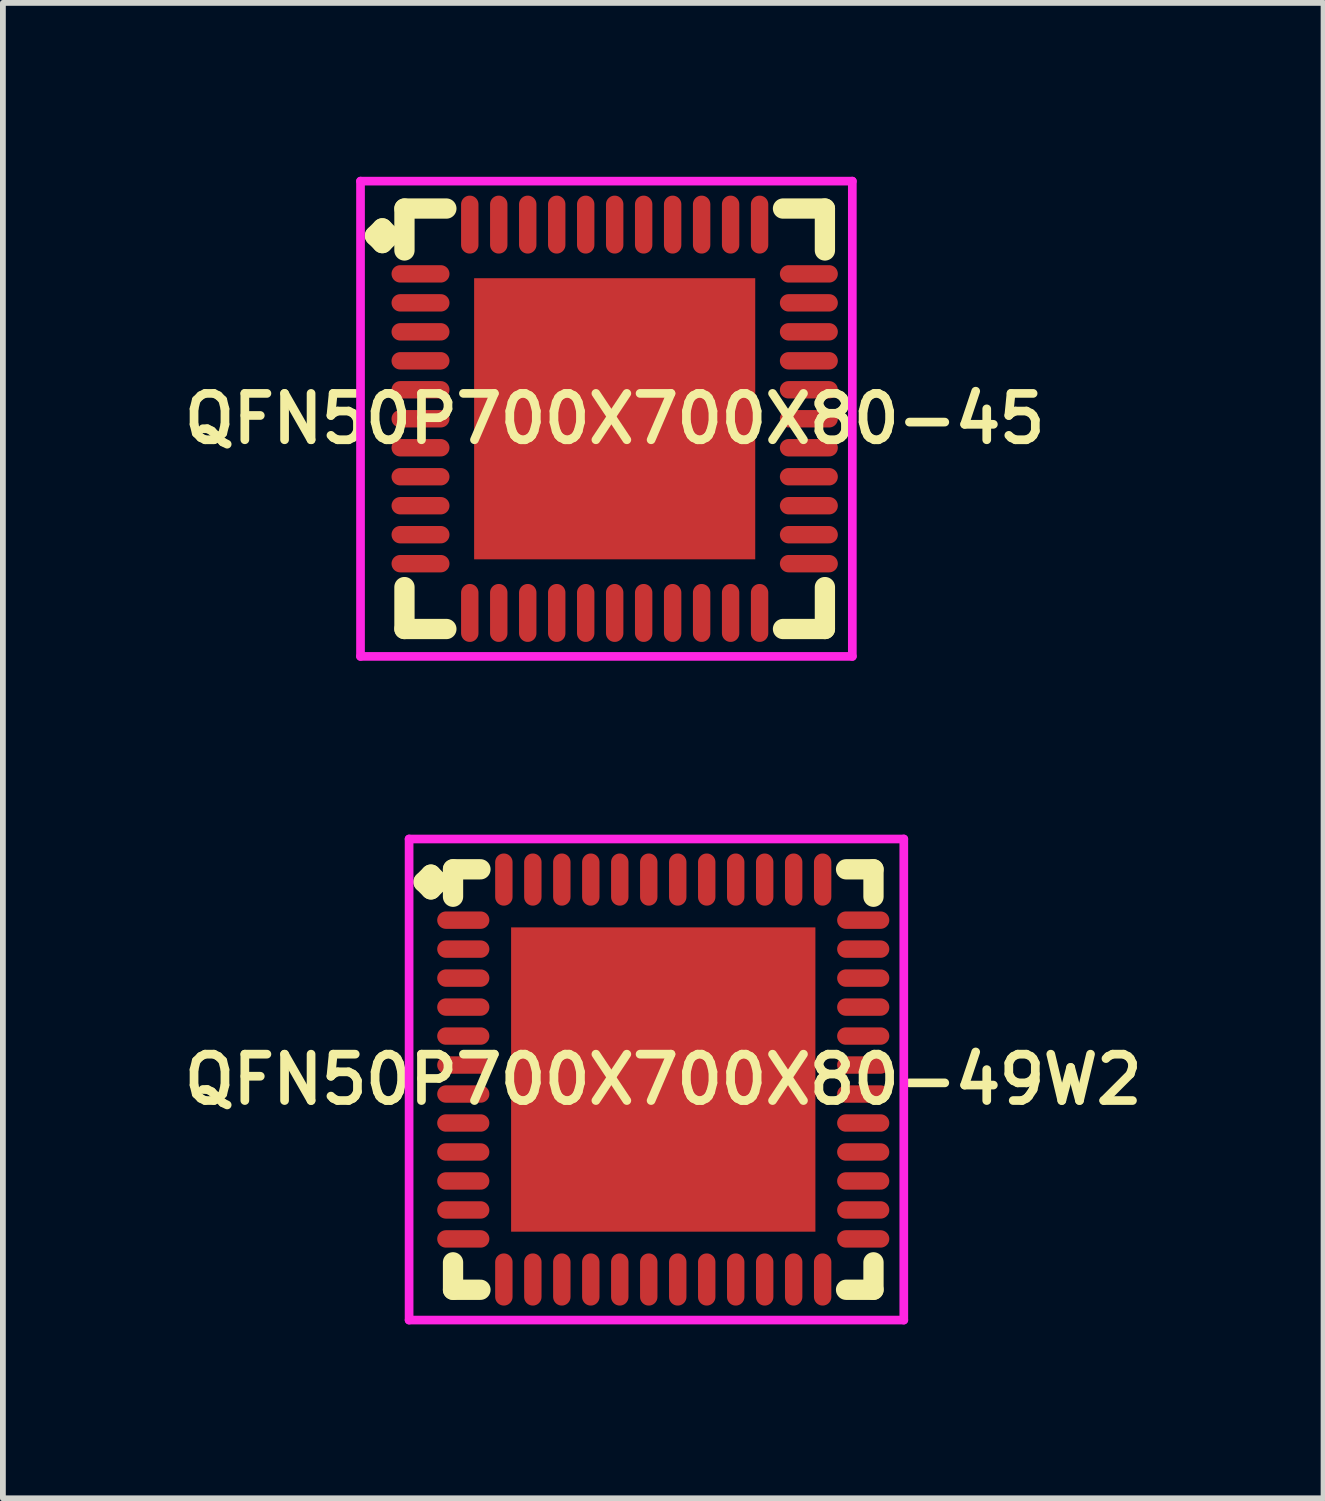
<source format=kicad_pcb>
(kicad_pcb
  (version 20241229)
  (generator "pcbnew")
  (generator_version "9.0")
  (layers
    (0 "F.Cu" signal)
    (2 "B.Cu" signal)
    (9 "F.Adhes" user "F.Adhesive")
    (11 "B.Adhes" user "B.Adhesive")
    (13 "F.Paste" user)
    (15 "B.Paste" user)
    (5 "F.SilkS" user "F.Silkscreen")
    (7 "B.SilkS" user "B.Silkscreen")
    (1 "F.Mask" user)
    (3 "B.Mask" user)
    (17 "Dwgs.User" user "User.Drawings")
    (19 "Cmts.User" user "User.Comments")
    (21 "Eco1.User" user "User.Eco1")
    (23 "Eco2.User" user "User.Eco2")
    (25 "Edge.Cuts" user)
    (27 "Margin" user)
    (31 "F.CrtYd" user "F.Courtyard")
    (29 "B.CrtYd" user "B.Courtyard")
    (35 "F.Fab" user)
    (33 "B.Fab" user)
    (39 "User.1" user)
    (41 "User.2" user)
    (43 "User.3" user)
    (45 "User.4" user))
  (footprint "QFN50P700X700X80-45"
    (layer "F.Cu")
    (at 7.555 4.175)
    (property "Reference" "QFN50P700X700X80-45" (at 0 0 0) (layer "F.SilkS") (effects (font (size 0.8 0.8) (thickness 0.15))))
    (attr through_hole)
    (fp_line (start -4.135 -3.158) (end -4.008 -3.285) (stroke (width 0.35) (type solid)) (layer "F.SilkS"))
    (fp_line (start -4.008 -3.285) (end -3.881 -3.158) (stroke (width 0.35) (type solid)) (layer "F.SilkS"))
    (fp_line (start -4.008 -3.031) (end -4.135 -3.158) (stroke (width 0.35) (type solid)) (layer "F.SilkS"))
    (fp_line (start -3.881 -3.158) (end -4.008 -3.031) (stroke (width 0.35) (type solid)) (layer "F.SilkS"))
    (fp_line (start -3.627 -3.627) (end -2.904 -3.627) (stroke (width 0.35) (type solid)) (layer "F.SilkS"))
    (fp_line (start -3.627 -2.904) (end -3.627 -3.627) (stroke (width 0.35) (type solid)) (layer "F.SilkS"))
    (fp_line (start -3.627 2.904) (end -3.627 3.627) (stroke (width 0.35) (type solid)) (layer "F.SilkS"))
    (fp_line (start -3.627 3.627) (end -2.904 3.627) (stroke (width 0.35) (type solid)) (layer "F.SilkS"))
    (fp_line (start 2.904 -3.627) (end 3.627 -3.627) (stroke (width 0.35) (type solid)) (layer "F.SilkS"))
    (fp_line (start 2.904 3.627) (end 3.627 3.627) (stroke (width 0.35) (type solid)) (layer "F.SilkS"))
    (fp_line (start 3.627 -3.627) (end 3.627 -2.904) (stroke (width 0.35) (type solid)) (layer "F.SilkS"))
    (fp_line (start 3.627 3.627) (end 3.627 2.904) (stroke (width 0.35) (type solid)) (layer "F.SilkS"))
    (fp_line (start -4.385 -4.1) (end 4.1 -4.1) (stroke (width 0.15) (type solid)) (layer "F.CrtYd"))
    (fp_line (start -4.385 4.1) (end -4.385 -4.1) (stroke (width 0.15) (type solid)) (layer "F.CrtYd"))
    (fp_line (start 4.1 -4.1) (end 4.1 4.1) (stroke (width 0.15) (type solid)) (layer "F.CrtYd"))
    (fp_line (start 4.1 4.1) (end -4.385 4.1) (stroke (width 0.15) (type solid)) (layer "F.CrtYd"))
    (pad "1" smd oval (at -3.35 -2.5) (size 1 0.3) (layers "F.Cu" "F.Mask" "F.Paste"))
    (pad "2" smd oval (at -3.35 -2) (size 1 0.3) (layers "F.Cu" "F.Mask" "F.Paste"))
    (pad "3" smd oval (at -3.35 -1.5) (size 1 0.3) (layers "F.Cu" "F.Mask" "F.Paste"))
    (pad "4" smd oval (at -3.35 -1) (size 1 0.3) (layers "F.Cu" "F.Mask" "F.Paste"))
    (pad "5" smd oval (at -3.35 -0.5) (size 1 0.3) (layers "F.Cu" "F.Mask" "F.Paste"))
    (pad "6" smd oval (at -3.35 0) (size 1 0.3) (layers "F.Cu" "F.Mask" "F.Paste"))
    (pad "7" smd oval (at -3.35 0.5) (size 1 0.3) (layers "F.Cu" "F.Mask" "F.Paste"))
    (pad "8" smd oval (at -3.35 1) (size 1 0.3) (layers "F.Cu" "F.Mask" "F.Paste"))
    (pad "9" smd oval (at -3.35 1.5) (size 1 0.3) (layers "F.Cu" "F.Mask" "F.Paste"))
    (pad "10" smd oval (at -3.35 2) (size 1 0.3) (layers "F.Cu" "F.Mask" "F.Paste"))
    (pad "11" smd oval (at -3.35 2.5) (size 1 0.3) (layers "F.Cu" "F.Mask" "F.Paste"))
    (pad "12" smd oval (at -2.5 3.35) (size 0.3 1) (layers "F.Cu" "F.Mask" "F.Paste"))
    (pad "13" smd oval (at -2 3.35) (size 0.3 1) (layers "F.Cu" "F.Mask" "F.Paste"))
    (pad "14" smd oval (at -1.5 3.35) (size 0.3 1) (layers "F.Cu" "F.Mask" "F.Paste"))
    (pad "15" smd oval (at -1 3.35) (size 0.3 1) (layers "F.Cu" "F.Mask" "F.Paste"))
    (pad "16" smd oval (at -0.5 3.35) (size 0.3 1) (layers "F.Cu" "F.Mask" "F.Paste"))
    (pad "17" smd oval (at 0 3.35) (size 0.3 1) (layers "F.Cu" "F.Mask" "F.Paste"))
    (pad "18" smd oval (at 0.5 3.35) (size 0.3 1) (layers "F.Cu" "F.Mask" "F.Paste"))
    (pad "19" smd oval (at 1 3.35) (size 0.3 1) (layers "F.Cu" "F.Mask" "F.Paste"))
    (pad "20" smd oval (at 1.5 3.35) (size 0.3 1) (layers "F.Cu" "F.Mask" "F.Paste"))
    (pad "21" smd oval (at 2 3.35) (size 0.3 1) (layers "F.Cu" "F.Mask" "F.Paste"))
    (pad "22" smd oval (at 2.5 3.35) (size 0.3 1) (layers "F.Cu" "F.Mask" "F.Paste"))
    (pad "23" smd oval (at 3.35 2.5) (size 1 0.3) (layers "F.Cu" "F.Mask" "F.Paste"))
    (pad "24" smd oval (at 3.35 2) (size 1 0.3) (layers "F.Cu" "F.Mask" "F.Paste"))
    (pad "25" smd oval (at 3.35 1.5) (size 1 0.3) (layers "F.Cu" "F.Mask" "F.Paste"))
    (pad "26" smd oval (at 3.35 1) (size 1 0.3) (layers "F.Cu" "F.Mask" "F.Paste"))
    (pad "27" smd oval (at 3.35 0.5) (size 1 0.3) (layers "F.Cu" "F.Mask" "F.Paste"))
    (pad "28" smd oval (at 3.35 0) (size 1 0.3) (layers "F.Cu" "F.Mask" "F.Paste"))
    (pad "29" smd oval (at 3.35 -0.5) (size 1 0.3) (layers "F.Cu" "F.Mask" "F.Paste"))
    (pad "30" smd oval (at 3.35 -1) (size 1 0.3) (layers "F.Cu" "F.Mask" "F.Paste"))
    (pad "31" smd oval (at 3.35 -1.5) (size 1 0.3) (layers "F.Cu" "F.Mask" "F.Paste"))
    (pad "32" smd oval (at 3.35 -2) (size 1 0.3) (layers "F.Cu" "F.Mask" "F.Paste"))
    (pad "33" smd oval (at 3.35 -2.5) (size 1 0.3) (layers "F.Cu" "F.Mask" "F.Paste"))
    (pad "34" smd oval (at 2.5 -3.35) (size 0.3 1) (layers "F.Cu" "F.Mask" "F.Paste"))
    (pad "35" smd oval (at 2 -3.35) (size 0.3 1) (layers "F.Cu" "F.Mask" "F.Paste"))
    (pad "36" smd oval (at 1.5 -3.35) (size 0.3 1) (layers "F.Cu" "F.Mask" "F.Paste"))
    (pad "37" smd oval (at 1 -3.35) (size 0.3 1) (layers "F.Cu" "F.Mask" "F.Paste"))
    (pad "38" smd oval (at 0.5 -3.35) (size 0.3 1) (layers "F.Cu" "F.Mask" "F.Paste"))
    (pad "39" smd oval (at 0 -3.35) (size 0.3 1) (layers "F.Cu" "F.Mask" "F.Paste"))
    (pad "40" smd oval (at -0.5 -3.35) (size 0.3 1) (layers "F.Cu" "F.Mask" "F.Paste"))
    (pad "41" smd oval (at -1 -3.35) (size 0.3 1) (layers "F.Cu" "F.Mask" "F.Paste"))
    (pad "42" smd oval (at -1.5 -3.35) (size 0.3 1) (layers "F.Cu" "F.Mask" "F.Paste"))
    (pad "43" smd oval (at -2 -3.35) (size 0.3 1) (layers "F.Cu" "F.Mask" "F.Paste"))
    (pad "44" smd oval (at -2.5 -3.35) (size 0.3 1) (layers "F.Cu" "F.Mask" "F.Paste"))
    (pad "45" smd rect (at 0 0) (size 4.85 4.85) (layers "F.Cu" "F.Mask" "F.Paste")))
  (footprint "QFN50P700X700X80-49W2"
    (layer "F.Cu")
    (at 8.393 15.575)
    (property "Reference" "QFN50P700X700X80-49W2" (at 0 0 0) (layer "F.SilkS") (effects (font (size 0.8 0.8) (thickness 0.15))))
    (attr through_hole)
    (fp_line (start -4.135 -3.408) (end -4.008 -3.535) (stroke (width 0.35) (type solid)) (layer "F.SilkS"))
    (fp_line (start -4.008 -3.535) (end -3.881 -3.408) (stroke (width 0.35) (type solid)) (layer "F.SilkS"))
    (fp_line (start -4.008 -3.281) (end -4.135 -3.408) (stroke (width 0.35) (type solid)) (layer "F.SilkS"))
    (fp_line (start -3.881 -3.408) (end -4.008 -3.281) (stroke (width 0.35) (type solid)) (layer "F.SilkS"))
    (fp_line (start -3.627 -3.627) (end -3.154 -3.627) (stroke (width 0.35) (type solid)) (layer "F.SilkS"))
    (fp_line (start -3.627 -3.154) (end -3.627 -3.627) (stroke (width 0.35) (type solid)) (layer "F.SilkS"))
    (fp_line (start -3.627 3.154) (end -3.627 3.627) (stroke (width 0.35) (type solid)) (layer "F.SilkS"))
    (fp_line (start -3.627 3.627) (end -3.154 3.627) (stroke (width 0.35) (type solid)) (layer "F.SilkS"))
    (fp_line (start 3.154 -3.627) (end 3.627 -3.627) (stroke (width 0.35) (type solid)) (layer "F.SilkS"))
    (fp_line (start 3.154 3.627) (end 3.627 3.627) (stroke (width 0.35) (type solid)) (layer "F.SilkS"))
    (fp_line (start 3.627 -3.627) (end 3.627 -3.154) (stroke (width 0.35) (type solid)) (layer "F.SilkS"))
    (fp_line (start 3.627 3.627) (end 3.627 3.154) (stroke (width 0.35) (type solid)) (layer "F.SilkS"))
    (fp_line (start -4.385 -4.15) (end 4.15 -4.15) (stroke (width 0.15) (type solid)) (layer "F.CrtYd"))
    (fp_line (start -4.385 4.15) (end -4.385 -4.15) (stroke (width 0.15) (type solid)) (layer "F.CrtYd"))
    (fp_line (start 4.15 -4.15) (end 4.15 4.15) (stroke (width 0.15) (type solid)) (layer "F.CrtYd"))
    (fp_line (start 4.15 4.15) (end -4.385 4.15) (stroke (width 0.15) (type solid)) (layer "F.CrtYd"))
    (pad "1" smd oval (at -3.45 -2.75) (size 0.9 0.3) (layers "F.Cu" "F.Mask" "F.Paste"))
    (pad "2" smd oval (at -3.45 -2.25) (size 0.9 0.3) (layers "F.Cu" "F.Mask" "F.Paste"))
    (pad "3" smd oval (at -3.45 -1.75) (size 0.9 0.3) (layers "F.Cu" "F.Mask" "F.Paste"))
    (pad "4" smd oval (at -3.45 -1.25) (size 0.9 0.3) (layers "F.Cu" "F.Mask" "F.Paste"))
    (pad "5" smd oval (at -3.45 -0.75) (size 0.9 0.3) (layers "F.Cu" "F.Mask" "F.Paste"))
    (pad "6" smd oval (at -3.45 -0.25) (size 0.9 0.3) (layers "F.Cu" "F.Mask" "F.Paste"))
    (pad "7" smd oval (at -3.45 0.25) (size 0.9 0.3) (layers "F.Cu" "F.Mask" "F.Paste"))
    (pad "8" smd oval (at -3.45 0.75) (size 0.9 0.3) (layers "F.Cu" "F.Mask" "F.Paste"))
    (pad "9" smd oval (at -3.45 1.25) (size 0.9 0.3) (layers "F.Cu" "F.Mask" "F.Paste"))
    (pad "10" smd oval (at -3.45 1.75) (size 0.9 0.3) (layers "F.Cu" "F.Mask" "F.Paste"))
    (pad "11" smd oval (at -3.45 2.25) (size 0.9 0.3) (layers "F.Cu" "F.Mask" "F.Paste"))
    (pad "12" smd oval (at -3.45 2.75) (size 0.9 0.3) (layers "F.Cu" "F.Mask" "F.Paste"))
    (pad "13" smd oval (at -2.75 3.45) (size 0.3 0.9) (layers "F.Cu" "F.Mask" "F.Paste"))
    (pad "14" smd oval (at -2.25 3.45) (size 0.3 0.9) (layers "F.Cu" "F.Mask" "F.Paste"))
    (pad "15" smd oval (at -1.75 3.45) (size 0.3 0.9) (layers "F.Cu" "F.Mask" "F.Paste"))
    (pad "16" smd oval (at -1.25 3.45) (size 0.3 0.9) (layers "F.Cu" "F.Mask" "F.Paste"))
    (pad "17" smd oval (at -0.75 3.45) (size 0.3 0.9) (layers "F.Cu" "F.Mask" "F.Paste"))
    (pad "18" smd oval (at -0.25 3.45) (size 0.3 0.9) (layers "F.Cu" "F.Mask" "F.Paste"))
    (pad "19" smd oval (at 0.25 3.45) (size 0.3 0.9) (layers "F.Cu" "F.Mask" "F.Paste"))
    (pad "20" smd oval (at 0.75 3.45) (size 0.3 0.9) (layers "F.Cu" "F.Mask" "F.Paste"))
    (pad "21" smd oval (at 1.25 3.45) (size 0.3 0.9) (layers "F.Cu" "F.Mask" "F.Paste"))
    (pad "22" smd oval (at 1.75 3.45) (size 0.3 0.9) (layers "F.Cu" "F.Mask" "F.Paste"))
    (pad "23" smd oval (at 2.25 3.45) (size 0.3 0.9) (layers "F.Cu" "F.Mask" "F.Paste"))
    (pad "24" smd oval (at 2.75 3.45) (size 0.3 0.9) (layers "F.Cu" "F.Mask" "F.Paste"))
    (pad "25" smd oval (at 3.45 2.75) (size 0.9 0.3) (layers "F.Cu" "F.Mask" "F.Paste"))
    (pad "26" smd oval (at 3.45 2.25) (size 0.9 0.3) (layers "F.Cu" "F.Mask" "F.Paste"))
    (pad "27" smd oval (at 3.45 1.75) (size 0.9 0.3) (layers "F.Cu" "F.Mask" "F.Paste"))
    (pad "28" smd oval (at 3.45 1.25) (size 0.9 0.3) (layers "F.Cu" "F.Mask" "F.Paste"))
    (pad "29" smd oval (at 3.45 0.75) (size 0.9 0.3) (layers "F.Cu" "F.Mask" "F.Paste"))
    (pad "30" smd oval (at 3.45 0.25) (size 0.9 0.3) (layers "F.Cu" "F.Mask" "F.Paste"))
    (pad "31" smd oval (at 3.45 -0.25) (size 0.9 0.3) (layers "F.Cu" "F.Mask" "F.Paste"))
    (pad "32" smd oval (at 3.45 -0.75) (size 0.9 0.3) (layers "F.Cu" "F.Mask" "F.Paste"))
    (pad "33" smd oval (at 3.45 -1.25) (size 0.9 0.3) (layers "F.Cu" "F.Mask" "F.Paste"))
    (pad "34" smd oval (at 3.45 -1.75) (size 0.9 0.3) (layers "F.Cu" "F.Mask" "F.Paste"))
    (pad "35" smd oval (at 3.45 -2.25) (size 0.9 0.3) (layers "F.Cu" "F.Mask" "F.Paste"))
    (pad "36" smd oval (at 3.45 -2.75) (size 0.9 0.3) (layers "F.Cu" "F.Mask" "F.Paste"))
    (pad "37" smd oval (at 2.75 -3.45) (size 0.3 0.9) (layers "F.Cu" "F.Mask" "F.Paste"))
    (pad "38" smd oval (at 2.25 -3.45) (size 0.3 0.9) (layers "F.Cu" "F.Mask" "F.Paste"))
    (pad "39" smd oval (at 1.75 -3.45) (size 0.3 0.9) (layers "F.Cu" "F.Mask" "F.Paste"))
    (pad "40" smd oval (at 1.25 -3.45) (size 0.3 0.9) (layers "F.Cu" "F.Mask" "F.Paste"))
    (pad "41" smd oval (at 0.75 -3.45) (size 0.3 0.9) (layers "F.Cu" "F.Mask" "F.Paste"))
    (pad "42" smd oval (at 0.25 -3.45) (size 0.3 0.9) (layers "F.Cu" "F.Mask" "F.Paste"))
    (pad "43" smd oval (at -0.25 -3.45) (size 0.3 0.9) (layers "F.Cu" "F.Mask" "F.Paste"))
    (pad "44" smd oval (at -0.75 -3.45) (size 0.3 0.9) (layers "F.Cu" "F.Mask" "F.Paste"))
    (pad "45" smd oval (at -1.25 -3.45) (size 0.3 0.9) (layers "F.Cu" "F.Mask" "F.Paste"))
    (pad "46" smd oval (at -1.75 -3.45) (size 0.3 0.9) (layers "F.Cu" "F.Mask" "F.Paste"))
    (pad "47" smd oval (at -2.25 -3.45) (size 0.3 0.9) (layers "F.Cu" "F.Mask" "F.Paste"))
    (pad "48" smd oval (at -2.75 -3.45) (size 0.3 0.9) (layers "F.Cu" "F.Mask" "F.Paste"))
    (pad "49" smd rect (at 0 0) (size 5.25 5.25) (layers "F.Cu" "F.Mask" "F.Paste")))
  (gr_rect
    (start -3 -3)
    (end 19.785 22.8)
    (stroke (width 0.1) (type default))
    (fill no)
    (layer "Edge.Cuts")))
</source>
